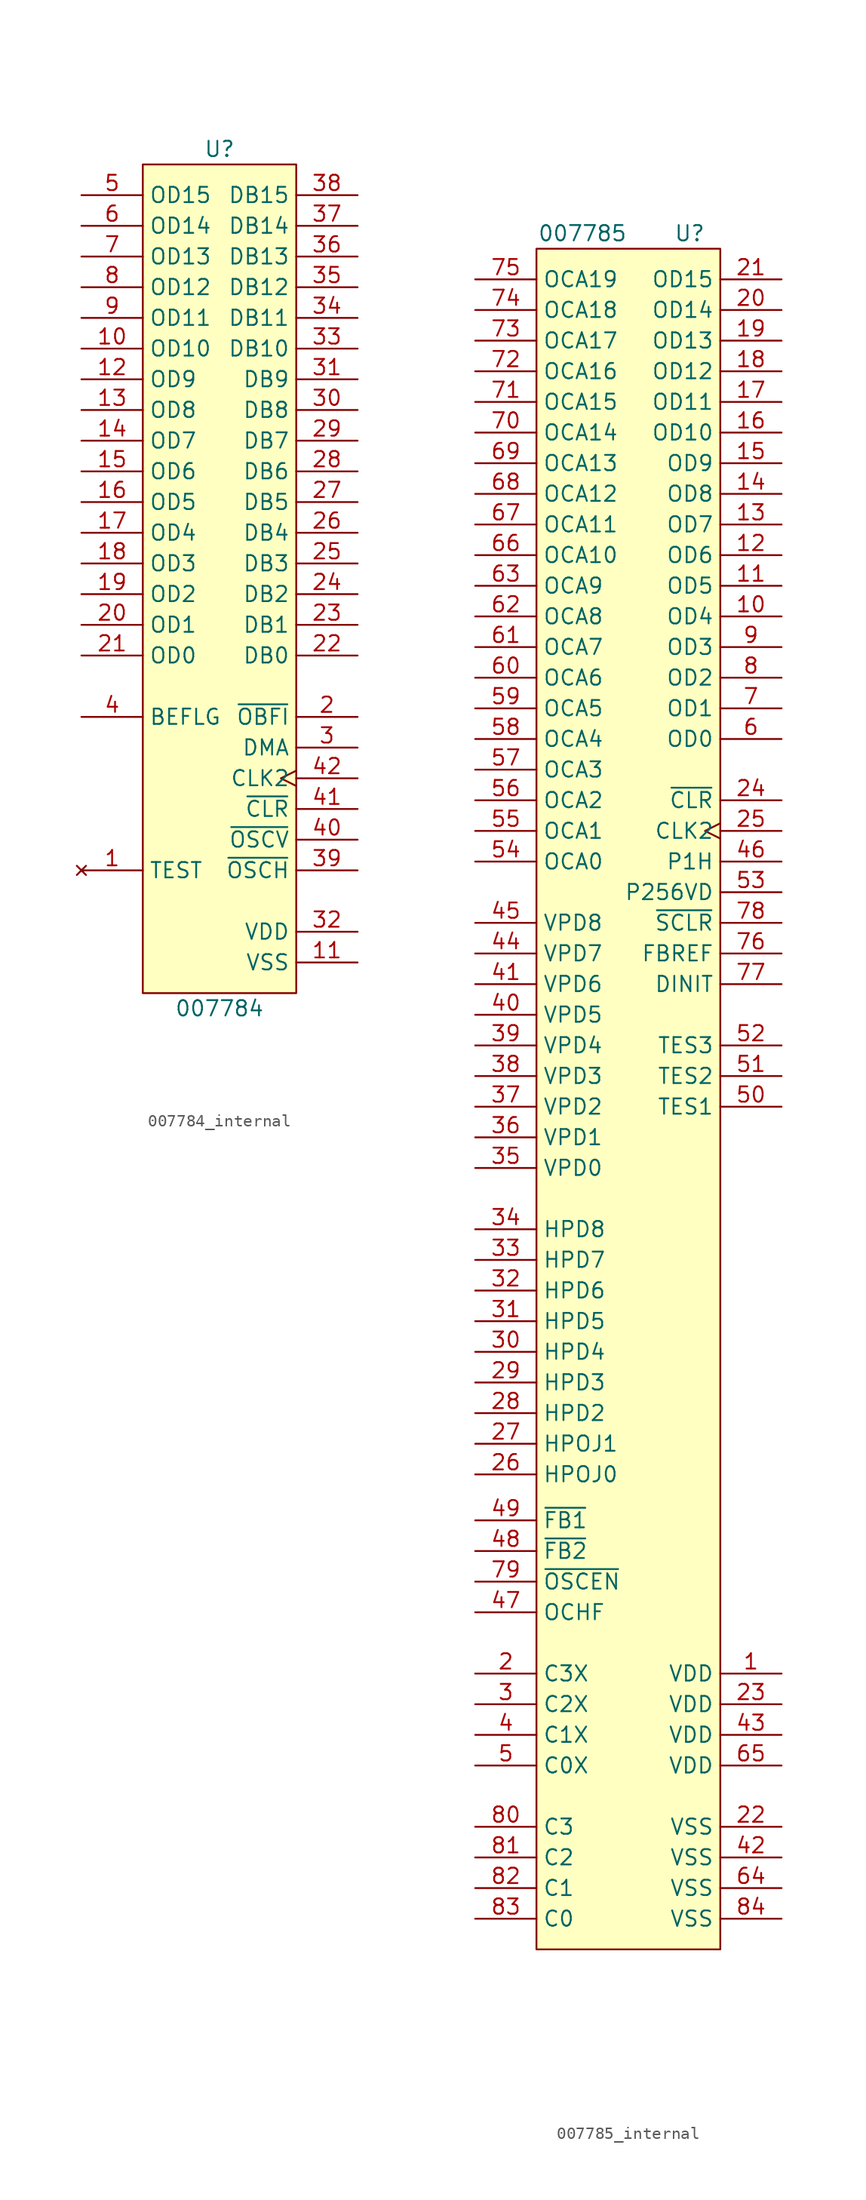
<source format=kicad_sym>
(kicad_symbol_lib
  (version 20231120)
  (generator "kicad_symbol_editor")
  (generator_version "8.0")
  (symbol "007784_internal"
    (property "Reference" "U"
      (at 0 31.75 0)
      (effects (font (size 1.27 1.27))))
    (property "Value" "007784"
      (at 0 -39.37 0)
      (effects (font (size 1.27 1.27))))
    (symbol "007784_internal_0_1"
      (rectangle (start -6.35 30.48) (end 6.35 -38.1) (stroke (width 0) (type default)) (fill (type background))))
    (symbol "007784_internal_1_1"
      (pin no_connect line (at -11.43 -27.94 0) (length 5.08) (name "TEST" (effects (font (size 1.27 1.27)))) (number "1" (effects (font (size 1.27 1.27)))))
      (pin input line (at -11.43 15.24 0) (length 5.08) (name "OD10" (effects (font (size 1.27 1.27)))) (number "10" (effects (font (size 1.27 1.27)))))
      (pin power_out line (at 11.43 -35.56 180) (length 5.08) (name "VSS" (effects (font (size 1.27 1.27)))) (number "11" (effects (font (size 1.27 1.27)))))
      (pin input line (at -11.43 12.7 0) (length 5.08) (name "OD9" (effects (font (size 1.27 1.27)))) (number "12" (effects (font (size 1.27 1.27)))))
      (pin input line (at -11.43 10.16 0) (length 5.08) (name "OD8" (effects (font (size 1.27 1.27)))) (number "13" (effects (font (size 1.27 1.27)))))
      (pin input line (at -11.43 7.62 0) (length 5.08) (name "OD7" (effects (font (size 1.27 1.27)))) (number "14" (effects (font (size 1.27 1.27)))))
      (pin input line (at -11.43 5.08 0) (length 5.08) (name "OD6" (effects (font (size 1.27 1.27)))) (number "15" (effects (font (size 1.27 1.27)))))
      (pin input line (at -11.43 2.54 0) (length 5.08) (name "OD5" (effects (font (size 1.27 1.27)))) (number "16" (effects (font (size 1.27 1.27)))))
      (pin input line (at -11.43 0 0) (length 5.08) (name "OD4" (effects (font (size 1.27 1.27)))) (number "17" (effects (font (size 1.27 1.27)))))
      (pin input line (at -11.43 -2.54 0) (length 5.08) (name "OD3" (effects (font (size 1.27 1.27)))) (number "18" (effects (font (size 1.27 1.27)))))
      (pin input line (at -11.43 -5.08 0) (length 5.08) (name "OD2" (effects (font (size 1.27 1.27)))) (number "19" (effects (font (size 1.27 1.27)))))
      (pin output line (at 11.43 -15.24 180) (length 5.08) (name "~{OBFI}" (effects (font (size 1.27 1.27)))) (number "2" (effects (font (size 1.27 1.27)))))
      (pin input line (at -11.43 -7.62 0) (length 5.08) (name "OD1" (effects (font (size 1.27 1.27)))) (number "20" (effects (font (size 1.27 1.27)))))
      (pin input line (at -11.43 -10.16 0) (length 5.08) (name "OD0" (effects (font (size 1.27 1.27)))) (number "21" (effects (font (size 1.27 1.27)))))
      (pin output line (at 11.43 -10.16 180) (length 5.08) (name "DB0" (effects (font (size 1.27 1.27)))) (number "22" (effects (font (size 1.27 1.27)))))
      (pin output line (at 11.43 -7.62 180) (length 5.08) (name "DB1" (effects (font (size 1.27 1.27)))) (number "23" (effects (font (size 1.27 1.27)))))
      (pin output line (at 11.43 -5.08 180) (length 5.08) (name "DB2" (effects (font (size 1.27 1.27)))) (number "24" (effects (font (size 1.27 1.27)))))
      (pin output line (at 11.43 -2.54 180) (length 5.08) (name "DB3" (effects (font (size 1.27 1.27)))) (number "25" (effects (font (size 1.27 1.27)))))
      (pin output line (at 11.43 0 180) (length 5.08) (name "DB4" (effects (font (size 1.27 1.27)))) (number "26" (effects (font (size 1.27 1.27)))))
      (pin output line (at 11.43 2.54 180) (length 5.08) (name "DB5" (effects (font (size 1.27 1.27)))) (number "27" (effects (font (size 1.27 1.27)))))
      (pin output line (at 11.43 5.08 180) (length 5.08) (name "DB6" (effects (font (size 1.27 1.27)))) (number "28" (effects (font (size 1.27 1.27)))))
      (pin output line (at 11.43 7.62 180) (length 5.08) (name "DB7" (effects (font (size 1.27 1.27)))) (number "29" (effects (font (size 1.27 1.27)))))
      (pin output line (at 11.43 -17.78 180) (length 5.08) (name "DMA" (effects (font (size 1.27 1.27)))) (number "3" (effects (font (size 1.27 1.27)))))
      (pin output line (at 11.43 10.16 180) (length 5.08) (name "DB8" (effects (font (size 1.27 1.27)))) (number "30" (effects (font (size 1.27 1.27)))))
      (pin output line (at 11.43 12.7 180) (length 5.08) (name "DB9" (effects (font (size 1.27 1.27)))) (number "31" (effects (font (size 1.27 1.27)))))
      (pin power_out line (at 11.43 -33.02 180) (length 5.08) (name "VDD" (effects (font (size 1.27 1.27)))) (number "32" (effects (font (size 1.27 1.27)))))
      (pin output line (at 11.43 15.24 180) (length 5.08) (name "DB10" (effects (font (size 1.27 1.27)))) (number "33" (effects (font (size 1.27 1.27)))))
      (pin output line (at 11.43 17.78 180) (length 5.08) (name "DB11" (effects (font (size 1.27 1.27)))) (number "34" (effects (font (size 1.27 1.27)))))
      (pin output line (at 11.43 20.32 180) (length 5.08) (name "DB12" (effects (font (size 1.27 1.27)))) (number "35" (effects (font (size 1.27 1.27)))))
      (pin output line (at 11.43 22.86 180) (length 5.08) (name "DB13" (effects (font (size 1.27 1.27)))) (number "36" (effects (font (size 1.27 1.27)))))
      (pin output line (at 11.43 25.4 180) (length 5.08) (name "DB14" (effects (font (size 1.27 1.27)))) (number "37" (effects (font (size 1.27 1.27)))))
      (pin output line (at 11.43 27.94 180) (length 5.08) (name "DB15" (effects (font (size 1.27 1.27)))) (number "38" (effects (font (size 1.27 1.27)))))
      (pin output line (at 11.43 -27.94 180) (length 5.08) (name "~{OSCH}" (effects (font (size 1.27 1.27)))) (number "39" (effects (font (size 1.27 1.27)))))
      (pin input line (at -11.43 -15.24 0) (length 5.08) (name "BEFLG" (effects (font (size 1.27 1.27)))) (number "4" (effects (font (size 1.27 1.27)))))
      (pin output line (at 11.43 -25.4 180) (length 5.08) (name "~{OSCV}" (effects (font (size 1.27 1.27)))) (number "40" (effects (font (size 1.27 1.27)))))
      (pin output line (at 11.43 -22.86 180) (length 5.08) (name "~{CLR}" (effects (font (size 1.27 1.27)))) (number "41" (effects (font (size 1.27 1.27)))))
      (pin output clock (at 11.43 -20.32 180) (length 5.08) (name "CLK2" (effects (font (size 1.27 1.27)))) (number "42" (effects (font (size 1.27 1.27)))))
      (pin input line (at -11.43 27.94 0) (length 5.08) (name "OD15" (effects (font (size 1.27 1.27)))) (number "5" (effects (font (size 1.27 1.27)))))
      (pin input line (at -11.43 25.4 0) (length 5.08) (name "OD14" (effects (font (size 1.27 1.27)))) (number "6" (effects (font (size 1.27 1.27)))))
      (pin input line (at -11.43 22.86 0) (length 5.08) (name "OD13" (effects (font (size 1.27 1.27)))) (number "7" (effects (font (size 1.27 1.27)))))
      (pin input line (at -11.43 20.32 0) (length 5.08) (name "OD12" (effects (font (size 1.27 1.27)))) (number "8" (effects (font (size 1.27 1.27)))))
      (pin input line (at -11.43 17.78 0) (length 5.08) (name "OD11" (effects (font (size 1.27 1.27)))) (number "9" (effects (font (size 1.27 1.27)))))))
  (symbol "007785_internal"
    (property "Reference" "U"
      (at 5.08 72.39 0)
      (effects (font (size 1.27 1.27))))
    (property "Value" "007785"
      (at -3.81 72.39 0)
      (effects (font (size 1.27 1.27))))
    (symbol "007785_internal_0_1"
      (rectangle (start -7.62 71.12) (end 7.62 -69.85) (stroke (width 0) (type default)) (fill (type background))))
    (symbol "007785_internal_1_1"
      (pin power_out line (at 12.7 -46.99 180) (length 5.08) (name "VDD" (effects (font (size 1.27 1.27)))) (number "1" (effects (font (size 1.27 1.27)))))
      (pin output line (at 12.7 40.64 180) (length 5.08) (name "OD4" (effects (font (size 1.27 1.27)))) (number "10" (effects (font (size 1.27 1.27)))))
      (pin output line (at 12.7 43.18 180) (length 5.08) (name "OD5" (effects (font (size 1.27 1.27)))) (number "11" (effects (font (size 1.27 1.27)))))
      (pin output line (at 12.7 45.72 180) (length 5.08) (name "OD6" (effects (font (size 1.27 1.27)))) (number "12" (effects (font (size 1.27 1.27)))))
      (pin output line (at 12.7 48.26 180) (length 5.08) (name "OD7" (effects (font (size 1.27 1.27)))) (number "13" (effects (font (size 1.27 1.27)))))
      (pin output line (at 12.7 50.8 180) (length 5.08) (name "OD8" (effects (font (size 1.27 1.27)))) (number "14" (effects (font (size 1.27 1.27)))))
      (pin output line (at 12.7 53.34 180) (length 5.08) (name "OD9" (effects (font (size 1.27 1.27)))) (number "15" (effects (font (size 1.27 1.27)))))
      (pin output line (at 12.7 55.88 180) (length 5.08) (name "OD10" (effects (font (size 1.27 1.27)))) (number "16" (effects (font (size 1.27 1.27)))))
      (pin output line (at 12.7 58.42 180) (length 5.08) (name "OD11" (effects (font (size 1.27 1.27)))) (number "17" (effects (font (size 1.27 1.27)))))
      (pin output line (at 12.7 60.96 180) (length 5.08) (name "OD12" (effects (font (size 1.27 1.27)))) (number "18" (effects (font (size 1.27 1.27)))))
      (pin output line (at 12.7 63.5 180) (length 5.08) (name "OD13" (effects (font (size 1.27 1.27)))) (number "19" (effects (font (size 1.27 1.27)))))
      (pin input line (at -12.7 -46.99 0) (length 5.08) (name "C3X" (effects (font (size 1.27 1.27)))) (number "2" (effects (font (size 1.27 1.27)))))
      (pin output line (at 12.7 66.04 180) (length 5.08) (name "OD14" (effects (font (size 1.27 1.27)))) (number "20" (effects (font (size 1.27 1.27)))))
      (pin output line (at 12.7 68.58 180) (length 5.08) (name "OD15" (effects (font (size 1.27 1.27)))) (number "21" (effects (font (size 1.27 1.27)))))
      (pin power_out line (at 12.7 -59.69 180) (length 5.08) (name "VSS" (effects (font (size 1.27 1.27)))) (number "22" (effects (font (size 1.27 1.27)))))
      (pin power_out line (at 12.7 -49.53 180) (length 5.08) (name "VDD" (effects (font (size 1.27 1.27)))) (number "23" (effects (font (size 1.27 1.27)))))
      (pin output line (at 12.7 25.4 180) (length 5.08) (name "~{CLR}" (effects (font (size 1.27 1.27)))) (number "24" (effects (font (size 1.27 1.27)))))
      (pin output clock (at 12.7 22.86 180) (length 5.08) (name "CLK2" (effects (font (size 1.27 1.27)))) (number "25" (effects (font (size 1.27 1.27)))))
      (pin input line (at -12.7 -30.48 0) (length 5.08) (name "HPOJ0" (effects (font (size 1.27 1.27)))) (number "26" (effects (font (size 1.27 1.27)))))
      (pin input line (at -12.7 -27.94 0) (length 5.08) (name "HPOJ1" (effects (font (size 1.27 1.27)))) (number "27" (effects (font (size 1.27 1.27)))))
      (pin input line (at -12.7 -25.4 0) (length 5.08) (name "HPD2" (effects (font (size 1.27 1.27)))) (number "28" (effects (font (size 1.27 1.27)))))
      (pin input line (at -12.7 -22.86 0) (length 5.08) (name "HPD3" (effects (font (size 1.27 1.27)))) (number "29" (effects (font (size 1.27 1.27)))))
      (pin input line (at -12.7 -49.53 0) (length 5.08) (name "C2X" (effects (font (size 1.27 1.27)))) (number "3" (effects (font (size 1.27 1.27)))))
      (pin input line (at -12.7 -20.32 0) (length 5.08) (name "HPD4" (effects (font (size 1.27 1.27)))) (number "30" (effects (font (size 1.27 1.27)))))
      (pin input line (at -12.7 -17.78 0) (length 5.08) (name "HPD5" (effects (font (size 1.27 1.27)))) (number "31" (effects (font (size 1.27 1.27)))))
      (pin input line (at -12.7 -15.24 0) (length 5.08) (name "HPD6" (effects (font (size 1.27 1.27)))) (number "32" (effects (font (size 1.27 1.27)))))
      (pin input line (at -12.7 -12.7 0) (length 5.08) (name "HPD7" (effects (font (size 1.27 1.27)))) (number "33" (effects (font (size 1.27 1.27)))))
      (pin input line (at -12.7 -10.16 0) (length 5.08) (name "HPD8" (effects (font (size 1.27 1.27)))) (number "34" (effects (font (size 1.27 1.27)))))
      (pin input line (at -12.7 -5.08 0) (length 5.08) (name "VPD0" (effects (font (size 1.27 1.27)))) (number "35" (effects (font (size 1.27 1.27)))))
      (pin input line (at -12.7 -2.54 0) (length 5.08) (name "VPD1" (effects (font (size 1.27 1.27)))) (number "36" (effects (font (size 1.27 1.27)))))
      (pin input line (at -12.7 0 0) (length 5.08) (name "VPD2" (effects (font (size 1.27 1.27)))) (number "37" (effects (font (size 1.27 1.27)))))
      (pin input line (at -12.7 2.54 0) (length 5.08) (name "VPD3" (effects (font (size 1.27 1.27)))) (number "38" (effects (font (size 1.27 1.27)))))
      (pin input line (at -12.7 5.08 0) (length 5.08) (name "VPD4" (effects (font (size 1.27 1.27)))) (number "39" (effects (font (size 1.27 1.27)))))
      (pin input line (at -12.7 -52.07 0) (length 5.08) (name "C1X" (effects (font (size 1.27 1.27)))) (number "4" (effects (font (size 1.27 1.27)))))
      (pin input line (at -12.7 7.62 0) (length 5.08) (name "VPD5" (effects (font (size 1.27 1.27)))) (number "40" (effects (font (size 1.27 1.27)))))
      (pin input line (at -12.7 10.16 0) (length 5.08) (name "VPD6" (effects (font (size 1.27 1.27)))) (number "41" (effects (font (size 1.27 1.27)))))
      (pin power_out line (at 12.7 -62.23 180) (length 5.08) (name "VSS" (effects (font (size 1.27 1.27)))) (number "42" (effects (font (size 1.27 1.27)))))
      (pin power_out line (at 12.7 -52.07 180) (length 5.08) (name "VDD" (effects (font (size 1.27 1.27)))) (number "43" (effects (font (size 1.27 1.27)))))
      (pin input line (at -12.7 12.7 0) (length 5.08) (name "VPD7" (effects (font (size 1.27 1.27)))) (number "44" (effects (font (size 1.27 1.27)))))
      (pin input line (at -12.7 15.24 0) (length 5.08) (name "VPD8" (effects (font (size 1.27 1.27)))) (number "45" (effects (font (size 1.27 1.27)))))
      (pin output line (at 12.7 20.32 180) (length 5.08) (name "P1H" (effects (font (size 1.27 1.27)))) (number "46" (effects (font (size 1.27 1.27)))))
      (pin input line (at -12.7 -41.91 0) (length 5.08) (name "OCHF" (effects (font (size 1.27 1.27)))) (number "47" (effects (font (size 1.27 1.27)))))
      (pin input line (at -12.7 -36.83 0) (length 5.08) (name "~{FB2}" (effects (font (size 1.27 1.27)))) (number "48" (effects (font (size 1.27 1.27)))))
      (pin input line (at -12.7 -34.29 0) (length 5.08) (name "~{FB1}" (effects (font (size 1.27 1.27)))) (number "49" (effects (font (size 1.27 1.27)))))
      (pin input line (at -12.7 -54.61 0) (length 5.08) (name "C0X" (effects (font (size 1.27 1.27)))) (number "5" (effects (font (size 1.27 1.27)))))
      (pin output line (at 12.7 0 180) (length 5.08) (name "TES1" (effects (font (size 1.27 1.27)))) (number "50" (effects (font (size 1.27 1.27)))))
      (pin output line (at 12.7 2.54 180) (length 5.08) (name "TES2" (effects (font (size 1.27 1.27)))) (number "51" (effects (font (size 1.27 1.27)))))
      (pin output line (at 12.7 5.08 180) (length 5.08) (name "TES3" (effects (font (size 1.27 1.27)))) (number "52" (effects (font (size 1.27 1.27)))))
      (pin output line (at 12.7 17.78 180) (length 5.08) (name "P256VD" (effects (font (size 1.27 1.27)))) (number "53" (effects (font (size 1.27 1.27)))))
      (pin input line (at -12.7 20.32 0) (length 5.08) (name "OCA0" (effects (font (size 1.27 1.27)))) (number "54" (effects (font (size 1.27 1.27)))))
      (pin input line (at -12.7 22.86 0) (length 5.08) (name "OCA1" (effects (font (size 1.27 1.27)))) (number "55" (effects (font (size 1.27 1.27)))))
      (pin input line (at -12.7 25.4 0) (length 5.08) (name "OCA2" (effects (font (size 1.27 1.27)))) (number "56" (effects (font (size 1.27 1.27)))))
      (pin input line (at -12.7 27.94 0) (length 5.08) (name "OCA3" (effects (font (size 1.27 1.27)))) (number "57" (effects (font (size 1.27 1.27)))))
      (pin input line (at -12.7 30.48 0) (length 5.08) (name "OCA4" (effects (font (size 1.27 1.27)))) (number "58" (effects (font (size 1.27 1.27)))))
      (pin input line (at -12.7 33.02 0) (length 5.08) (name "OCA5" (effects (font (size 1.27 1.27)))) (number "59" (effects (font (size 1.27 1.27)))))
      (pin output line (at 12.7 30.48 180) (length 5.08) (name "OD0" (effects (font (size 1.27 1.27)))) (number "6" (effects (font (size 1.27 1.27)))))
      (pin input line (at -12.7 35.56 0) (length 5.08) (name "OCA6" (effects (font (size 1.27 1.27)))) (number "60" (effects (font (size 1.27 1.27)))))
      (pin input line (at -12.7 38.1 0) (length 5.08) (name "OCA7" (effects (font (size 1.27 1.27)))) (number "61" (effects (font (size 1.27 1.27)))))
      (pin input line (at -12.7 40.64 0) (length 5.08) (name "OCA8" (effects (font (size 1.27 1.27)))) (number "62" (effects (font (size 1.27 1.27)))))
      (pin input line (at -12.7 43.18 0) (length 5.08) (name "OCA9" (effects (font (size 1.27 1.27)))) (number "63" (effects (font (size 1.27 1.27)))))
      (pin power_out line (at 12.7 -64.77 180) (length 5.08) (name "VSS" (effects (font (size 1.27 1.27)))) (number "64" (effects (font (size 1.27 1.27)))))
      (pin power_out line (at 12.7 -54.61 180) (length 5.08) (name "VDD" (effects (font (size 1.27 1.27)))) (number "65" (effects (font (size 1.27 1.27)))))
      (pin input line (at -12.7 45.72 0) (length 5.08) (name "OCA10" (effects (font (size 1.27 1.27)))) (number "66" (effects (font (size 1.27 1.27)))))
      (pin input line (at -12.7 48.26 0) (length 5.08) (name "OCA11" (effects (font (size 1.27 1.27)))) (number "67" (effects (font (size 1.27 1.27)))))
      (pin input line (at -12.7 50.8 0) (length 5.08) (name "OCA12" (effects (font (size 1.27 1.27)))) (number "68" (effects (font (size 1.27 1.27)))))
      (pin input line (at -12.7 53.34 0) (length 5.08) (name "OCA13" (effects (font (size 1.27 1.27)))) (number "69" (effects (font (size 1.27 1.27)))))
      (pin output line (at 12.7 33.02 180) (length 5.08) (name "OD1" (effects (font (size 1.27 1.27)))) (number "7" (effects (font (size 1.27 1.27)))))
      (pin input line (at -12.7 55.88 0) (length 5.08) (name "OCA14" (effects (font (size 1.27 1.27)))) (number "70" (effects (font (size 1.27 1.27)))))
      (pin input line (at -12.7 58.42 0) (length 5.08) (name "OCA15" (effects (font (size 1.27 1.27)))) (number "71" (effects (font (size 1.27 1.27)))))
      (pin input line (at -12.7 60.96 0) (length 5.08) (name "OCA16" (effects (font (size 1.27 1.27)))) (number "72" (effects (font (size 1.27 1.27)))))
      (pin input line (at -12.7 63.5 0) (length 5.08) (name "OCA17" (effects (font (size 1.27 1.27)))) (number "73" (effects (font (size 1.27 1.27)))))
      (pin input line (at -12.7 66.04 0) (length 5.08) (name "OCA18" (effects (font (size 1.27 1.27)))) (number "74" (effects (font (size 1.27 1.27)))))
      (pin input line (at -12.7 68.58 0) (length 5.08) (name "OCA19" (effects (font (size 1.27 1.27)))) (number "75" (effects (font (size 1.27 1.27)))))
      (pin output line (at 12.7 12.7 180) (length 5.08) (name "FBREF" (effects (font (size 1.27 1.27)))) (number "76" (effects (font (size 1.27 1.27)))))
      (pin output line (at 12.7 10.16 180) (length 5.08) (name "DINIT" (effects (font (size 1.27 1.27)))) (number "77" (effects (font (size 1.27 1.27)))))
      (pin output line (at 12.7 15.24 180) (length 5.08) (name "~{SCLR}" (effects (font (size 1.27 1.27)))) (number "78" (effects (font (size 1.27 1.27)))))
      (pin input line (at -12.7 -39.37 0) (length 5.08) (name "~{OSCEN}" (effects (font (size 1.27 1.27)))) (number "79" (effects (font (size 1.27 1.27)))))
      (pin output line (at 12.7 35.56 180) (length 5.08) (name "OD2" (effects (font (size 1.27 1.27)))) (number "8" (effects (font (size 1.27 1.27)))))
      (pin input line (at -12.7 -59.69 0) (length 5.08) (name "C3" (effects (font (size 1.27 1.27)))) (number "80" (effects (font (size 1.27 1.27)))))
      (pin input line (at -12.7 -62.23 0) (length 5.08) (name "C2" (effects (font (size 1.27 1.27)))) (number "81" (effects (font (size 1.27 1.27)))))
      (pin input line (at -12.7 -64.77 0) (length 5.08) (name "C1" (effects (font (size 1.27 1.27)))) (number "82" (effects (font (size 1.27 1.27)))))
      (pin input line (at -12.7 -67.31 0) (length 5.08) (name "C0" (effects (font (size 1.27 1.27)))) (number "83" (effects (font (size 1.27 1.27)))))
      (pin power_out line (at 12.7 -67.31 180) (length 5.08) (name "VSS" (effects (font (size 1.27 1.27)))) (number "84" (effects (font (size 1.27 1.27)))))
      (pin output line (at 12.7 38.1 180) (length 5.08) (name "OD3" (effects (font (size 1.27 1.27)))) (number "9" (effects (font (size 1.27 1.27))))))))
</source>
